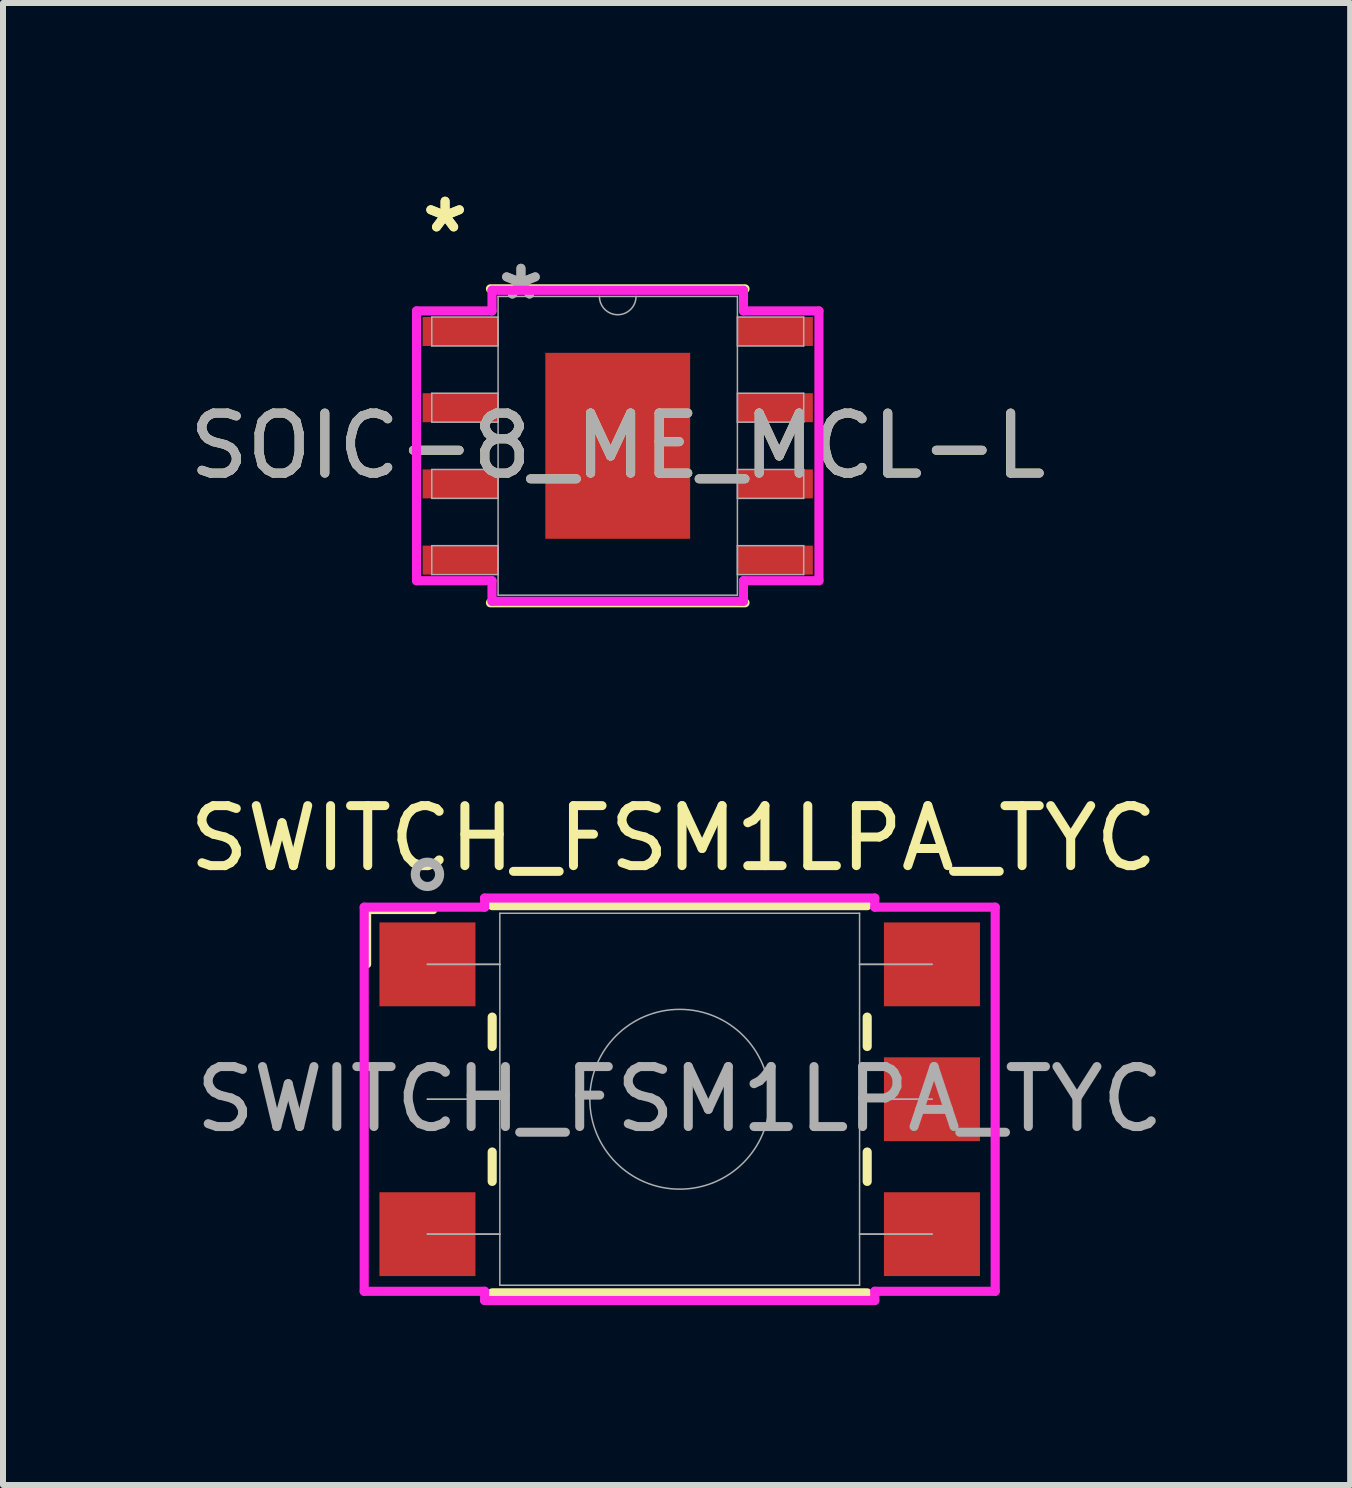
<source format=kicad_pcb>
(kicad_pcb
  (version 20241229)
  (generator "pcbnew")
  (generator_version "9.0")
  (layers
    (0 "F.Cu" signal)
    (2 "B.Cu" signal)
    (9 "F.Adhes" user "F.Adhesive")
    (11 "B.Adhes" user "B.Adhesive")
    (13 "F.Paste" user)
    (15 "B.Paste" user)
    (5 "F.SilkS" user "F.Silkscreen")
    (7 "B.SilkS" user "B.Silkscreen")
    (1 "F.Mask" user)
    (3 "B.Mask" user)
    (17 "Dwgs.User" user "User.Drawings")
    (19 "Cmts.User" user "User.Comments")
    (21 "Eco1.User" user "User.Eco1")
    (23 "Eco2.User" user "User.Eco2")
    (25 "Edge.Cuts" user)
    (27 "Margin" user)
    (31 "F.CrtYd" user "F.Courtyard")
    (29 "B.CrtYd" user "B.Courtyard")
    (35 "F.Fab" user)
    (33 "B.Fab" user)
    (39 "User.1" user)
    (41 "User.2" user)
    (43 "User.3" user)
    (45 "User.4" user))
  (footprint "SWITCH_FSM1LPA_TYC"
    (layer "F.Cu")
    (at 4.073 13.02)
    (property "Reference" "SWITCH_FSM1LPA_TYC" (at 4.1 -2.1 0) (unlocked yes) (layer "F.SilkS") (effects (font (size 1 1) (thickness 0.15))))
    (attr smd)
    (fp_line (start -1 -0.9) (end -1 0) (stroke (width 0.125) (type solid)) (layer "F.SilkS"))
    (fp_line (start 0.1 -0.9) (end -1 -0.9) (stroke (width 0.125) (type solid)) (layer "F.SilkS"))
    (fp_line (start 1.079 0.879) (end 1.079 1.369) (stroke (width 0.152) (type solid)) (layer "F.SilkS"))
    (fp_line (start 1.079 3.127) (end 1.079 3.617) (stroke (width 0.152) (type solid)) (layer "F.SilkS"))
    (fp_line (start 1.079 5.474) (end 7.328 5.474) (stroke (width 0.152) (type solid)) (layer "F.SilkS"))
    (fp_line (start 7.328 -0.978) (end 1.079 -0.978) (stroke (width 0.152) (type solid)) (layer "F.SilkS"))
    (fp_line (start 7.328 1.369) (end 7.328 0.879) (stroke (width 0.152) (type solid)) (layer "F.SilkS"))
    (fp_line (start 7.328 3.617) (end 7.328 3.127) (stroke (width 0.152) (type solid)) (layer "F.SilkS"))
    (fp_line (start -1.054 -0.953) (end 0.953 -0.953) (stroke (width 0.152) (type solid)) (layer "F.CrtYd"))
    (fp_line (start -1.054 5.448) (end -1.054 -0.953) (stroke (width 0.152) (type solid)) (layer "F.CrtYd"))
    (fp_line (start -1.054 5.448) (end 0.953 5.448) (stroke (width 0.152) (type solid)) (layer "F.CrtYd"))
    (fp_line (start 0.953 -1.105) (end 7.455 -1.105) (stroke (width 0.152) (type solid)) (layer "F.CrtYd"))
    (fp_line (start 0.953 -0.953) (end 0.953 -1.105) (stroke (width 0.152) (type solid)) (layer "F.CrtYd"))
    (fp_line (start 0.953 5.601) (end 0.953 5.448) (stroke (width 0.152) (type solid)) (layer "F.CrtYd"))
    (fp_line (start 7.455 -1.105) (end 7.455 -0.953) (stroke (width 0.152) (type solid)) (layer "F.CrtYd"))
    (fp_line (start 7.455 5.448) (end 7.455 5.601) (stroke (width 0.152) (type solid)) (layer "F.CrtYd"))
    (fp_line (start 7.455 5.601) (end 0.953 5.601) (stroke (width 0.152) (type solid)) (layer "F.CrtYd"))
    (fp_line (start 9.461 -0.953) (end 7.455 -0.953) (stroke (width 0.152) (type solid)) (layer "F.CrtYd"))
    (fp_line (start 9.461 -0.953) (end 9.461 5.448) (stroke (width 0.152) (type solid)) (layer "F.CrtYd"))
    (fp_line (start 9.461 5.448) (end 7.455 5.448) (stroke (width 0.152) (type solid)) (layer "F.CrtYd"))
    (fp_line (start 0 0) (end 0 0) (stroke (width 0.025) (type solid)) (layer "F.Fab"))
    (fp_line (start 0 0) (end 1.206 0) (stroke (width 0.025) (type solid)) (layer "F.Fab"))
    (fp_line (start 0 2.248) (end 0 2.248) (stroke (width 0.025) (type solid)) (layer "F.Fab"))
    (fp_line (start 0 2.248) (end 1.206 2.248) (stroke (width 0.025) (type solid)) (layer "F.Fab"))
    (fp_line (start 0 4.496) (end 0 4.496) (stroke (width 0.025) (type solid)) (layer "F.Fab"))
    (fp_line (start 0 4.496) (end 1.206 4.496) (stroke (width 0.025) (type solid)) (layer "F.Fab"))
    (fp_line (start 1.206 -0.851) (end 1.206 5.347) (stroke (width 0.025) (type solid)) (layer "F.Fab"))
    (fp_line (start 1.206 0) (end 0 0) (stroke (width 0.025) (type solid)) (layer "F.Fab"))
    (fp_line (start 1.206 0) (end 1.206 0) (stroke (width 0.025) (type solid)) (layer "F.Fab"))
    (fp_line (start 1.206 2.248) (end 0 2.248) (stroke (width 0.025) (type solid)) (layer "F.Fab"))
    (fp_line (start 1.206 2.248) (end 1.206 2.248) (stroke (width 0.025) (type solid)) (layer "F.Fab"))
    (fp_line (start 1.206 4.496) (end 0 4.496) (stroke (width 0.025) (type solid)) (layer "F.Fab"))
    (fp_line (start 1.206 4.496) (end 1.206 4.496) (stroke (width 0.025) (type solid)) (layer "F.Fab"))
    (fp_line (start 1.206 5.347) (end 7.201 5.347) (stroke (width 0.025) (type solid)) (layer "F.Fab"))
    (fp_line (start 7.201 -0.851) (end 1.206 -0.851) (stroke (width 0.025) (type solid)) (layer "F.Fab"))
    (fp_line (start 7.201 0) (end 7.201 0) (stroke (width 0.025) (type solid)) (layer "F.Fab"))
    (fp_line (start 7.201 0) (end 8.407 0) (stroke (width 0.025) (type solid)) (layer "F.Fab"))
    (fp_line (start 7.201 2.248) (end 7.201 2.248) (stroke (width 0.025) (type solid)) (layer "F.Fab"))
    (fp_line (start 7.201 2.248) (end 8.407 2.248) (stroke (width 0.025) (type solid)) (layer "F.Fab"))
    (fp_line (start 7.201 4.496) (end 7.201 4.496) (stroke (width 0.025) (type solid)) (layer "F.Fab"))
    (fp_line (start 7.201 4.496) (end 8.407 4.496) (stroke (width 0.025) (type solid)) (layer "F.Fab"))
    (fp_line (start 7.201 5.347) (end 7.201 -0.851) (stroke (width 0.025) (type solid)) (layer "F.Fab"))
    (fp_line (start 8.407 0) (end 7.201 0) (stroke (width 0.025) (type solid)) (layer "F.Fab"))
    (fp_line (start 8.407 0) (end 8.407 0) (stroke (width 0.025) (type solid)) (layer "F.Fab"))
    (fp_line (start 8.407 2.248) (end 7.201 2.248) (stroke (width 0.025) (type solid)) (layer "F.Fab"))
    (fp_line (start 8.407 2.248) (end 8.407 2.248) (stroke (width 0.025) (type solid)) (layer "F.Fab"))
    (fp_line (start 8.407 4.496) (end 7.201 4.496) (stroke (width 0.025) (type solid)) (layer "F.Fab"))
    (fp_line (start 8.407 4.496) (end 8.407 4.496) (stroke (width 0.025) (type solid)) (layer "F.Fab"))
    (fp_circle (center 0 -1.5) (end 0.203 -1.5) (stroke (width 0.152) (type solid)) (fill no) (layer "F.Fab"))
    (fp_circle (center 4.204 2.248) (end 5.702 2.248) (stroke (width 0.025) (type solid)) (fill no) (layer "F.Fab"))
    (fp_text user "${REFERENCE}" (at 4.204 2.248 0) (unlocked yes) (layer "F.Fab") (effects (font (size 1 1) (thickness 0.15))))
    (pad "1" smd rect (at 0 0) (size 1.6 1.397) (layers "F.Cu" "F.Mask" "F.Paste"))
    (pad "2" smd rect (at 8.407 0) (size 1.6 1.397) (layers "F.Cu" "F.Mask" "F.Paste"))
    (pad "3" smd rect (at 0 4.496) (size 1.6 1.397) (layers "F.Cu" "F.Mask" "F.Paste"))
    (pad "4" smd rect (at 8.407 4.496) (size 1.6 1.397) (layers "F.Cu" "F.Mask" "F.Paste"))
    (pad "5" smd rect (at 8.407 2.248) (size 1.6 1.397) (layers "F.Cu" "F.Mask" "F.Paste")))
  (footprint "SOIC-8_ME_MCL-L"
    (layer "F.Cu")
    (at 7.244 4.379)
    (property "Reference" "SOIC-8_ME_MCL-L" (at 0 0 0) (unlocked yes) (layer "F.SilkS") (effects (font (size 1 1) (thickness 0.15))))
    (attr smd)
    (fp_line (start -2.121 2.616) (end 2.121 2.616) (stroke (width 0.152) (type solid)) (layer "F.SilkS"))
    (fp_line (start 2.121 -2.616) (end -2.121 -2.616) (stroke (width 0.152) (type solid)) (layer "F.SilkS"))
    (fp_poly (pts (xy -1.107 -1.449) (xy -1.107 -0.1) (xy 1.107 -0.1) (xy 1.107 -1.449)) (stroke (width 0) (type solid)) (fill yes) (layer "F.Paste"))
    (fp_poly (pts (xy -1.107 0.1) (xy -1.107 1.449) (xy 1.107 1.449) (xy 1.107 0.1)) (stroke (width 0) (type solid)) (fill yes) (layer "F.Paste"))
    (fp_line (start -3.353 -2.248) (end -2.095 -2.248) (stroke (width 0.152) (type solid)) (layer "F.CrtYd"))
    (fp_line (start -3.353 2.248) (end -3.353 -2.248) (stroke (width 0.152) (type solid)) (layer "F.CrtYd"))
    (fp_line (start -3.353 2.248) (end -2.095 2.248) (stroke (width 0.152) (type solid)) (layer "F.CrtYd"))
    (fp_line (start -2.095 -2.591) (end 2.095 -2.591) (stroke (width 0.152) (type solid)) (layer "F.CrtYd"))
    (fp_line (start -2.095 -2.248) (end -2.095 -2.591) (stroke (width 0.152) (type solid)) (layer "F.CrtYd"))
    (fp_line (start -2.095 2.591) (end -2.095 2.248) (stroke (width 0.152) (type solid)) (layer "F.CrtYd"))
    (fp_line (start 2.095 -2.591) (end 2.095 -2.248) (stroke (width 0.152) (type solid)) (layer "F.CrtYd"))
    (fp_line (start 2.095 2.248) (end 2.095 2.591) (stroke (width 0.152) (type solid)) (layer "F.CrtYd"))
    (fp_line (start 2.095 2.591) (end -2.095 2.591) (stroke (width 0.152) (type solid)) (layer "F.CrtYd"))
    (fp_line (start 3.353 -2.248) (end 2.095 -2.248) (stroke (width 0.152) (type solid)) (layer "F.CrtYd"))
    (fp_line (start 3.353 -2.248) (end 3.353 2.248) (stroke (width 0.152) (type solid)) (layer "F.CrtYd"))
    (fp_line (start 3.353 2.248) (end 2.095 2.248) (stroke (width 0.152) (type solid)) (layer "F.CrtYd"))
    (fp_line (start -3.099 -2.146) (end -3.099 -1.664) (stroke (width 0.025) (type solid)) (layer "F.Fab"))
    (fp_line (start -3.099 -1.664) (end -1.994 -1.664) (stroke (width 0.025) (type solid)) (layer "F.Fab"))
    (fp_line (start -3.099 -0.876) (end -3.099 -0.394) (stroke (width 0.025) (type solid)) (layer "F.Fab"))
    (fp_line (start -3.099 -0.394) (end -1.994 -0.394) (stroke (width 0.025) (type solid)) (layer "F.Fab"))
    (fp_line (start -3.099 0.394) (end -3.099 0.876) (stroke (width 0.025) (type solid)) (layer "F.Fab"))
    (fp_line (start -3.099 0.876) (end -1.994 0.876) (stroke (width 0.025) (type solid)) (layer "F.Fab"))
    (fp_line (start -3.099 1.664) (end -3.099 2.146) (stroke (width 0.025) (type solid)) (layer "F.Fab"))
    (fp_line (start -3.099 2.146) (end -1.994 2.146) (stroke (width 0.025) (type solid)) (layer "F.Fab"))
    (fp_line (start -1.994 -2.489) (end -1.994 2.489) (stroke (width 0.025) (type solid)) (layer "F.Fab"))
    (fp_line (start -1.994 -2.146) (end -3.099 -2.146) (stroke (width 0.025) (type solid)) (layer "F.Fab"))
    (fp_line (start -1.994 -1.664) (end -1.994 -2.146) (stroke (width 0.025) (type solid)) (layer "F.Fab"))
    (fp_line (start -1.994 -0.876) (end -3.099 -0.876) (stroke (width 0.025) (type solid)) (layer "F.Fab"))
    (fp_line (start -1.994 -0.394) (end -1.994 -0.876) (stroke (width 0.025) (type solid)) (layer "F.Fab"))
    (fp_line (start -1.994 0.394) (end -3.099 0.394) (stroke (width 0.025) (type solid)) (layer "F.Fab"))
    (fp_line (start -1.994 0.876) (end -1.994 0.394) (stroke (width 0.025) (type solid)) (layer "F.Fab"))
    (fp_line (start -1.994 1.664) (end -3.099 1.664) (stroke (width 0.025) (type solid)) (layer "F.Fab"))
    (fp_line (start -1.994 2.146) (end -1.994 1.664) (stroke (width 0.025) (type solid)) (layer "F.Fab"))
    (fp_line (start -1.994 2.489) (end 1.994 2.489) (stroke (width 0.025) (type solid)) (layer "F.Fab"))
    (fp_line (start 1.994 -2.489) (end -1.994 -2.489) (stroke (width 0.025) (type solid)) (layer "F.Fab"))
    (fp_line (start 1.994 -2.146) (end 1.994 -1.664) (stroke (width 0.025) (type solid)) (layer "F.Fab"))
    (fp_line (start 1.994 -1.664) (end 3.099 -1.664) (stroke (width 0.025) (type solid)) (layer "F.Fab"))
    (fp_line (start 1.994 -0.876) (end 1.994 -0.394) (stroke (width 0.025) (type solid)) (layer "F.Fab"))
    (fp_line (start 1.994 -0.394) (end 3.099 -0.394) (stroke (width 0.025) (type solid)) (layer "F.Fab"))
    (fp_line (start 1.994 0.394) (end 1.994 0.876) (stroke (width 0.025) (type solid)) (layer "F.Fab"))
    (fp_line (start 1.994 0.876) (end 3.099 0.876) (stroke (width 0.025) (type solid)) (layer "F.Fab"))
    (fp_line (start 1.994 1.664) (end 1.994 2.146) (stroke (width 0.025) (type solid)) (layer "F.Fab"))
    (fp_line (start 1.994 2.146) (end 3.099 2.146) (stroke (width 0.025) (type solid)) (layer "F.Fab"))
    (fp_line (start 1.994 2.489) (end 1.994 -2.489) (stroke (width 0.025) (type solid)) (layer "F.Fab"))
    (fp_line (start 3.099 -2.146) (end 1.994 -2.146) (stroke (width 0.025) (type solid)) (layer "F.Fab"))
    (fp_line (start 3.099 -1.664) (end 3.099 -2.146) (stroke (width 0.025) (type solid)) (layer "F.Fab"))
    (fp_line (start 3.099 -0.876) (end 1.994 -0.876) (stroke (width 0.025) (type solid)) (layer "F.Fab"))
    (fp_line (start 3.099 -0.394) (end 3.099 -0.876) (stroke (width 0.025) (type solid)) (layer "F.Fab"))
    (fp_line (start 3.099 0.394) (end 1.994 0.394) (stroke (width 0.025) (type solid)) (layer "F.Fab"))
    (fp_line (start 3.099 0.876) (end 3.099 0.394) (stroke (width 0.025) (type solid)) (layer "F.Fab"))
    (fp_line (start 3.099 1.664) (end 1.994 1.664) (stroke (width 0.025) (type solid)) (layer "F.Fab"))
    (fp_line (start 3.099 2.146) (end 3.099 1.664) (stroke (width 0.025) (type solid)) (layer "F.Fab"))
    (fp_arc (start 0.3048 -2.4892) (mid 0 -2.1844) (end -0.3048 -2.4892) (stroke (width 0.0254) (type solid)) (layer "F.Fab"))
    (fp_text user "*" (at -2.877 -3.531 0) (layer "F.SilkS") (effects (font (size 1 1) (thickness 0.15))))
    (fp_text user "*" (at -2.877 -3.531 0) (unlocked yes) (layer "F.SilkS") (effects (font (size 1 1) (thickness 0.15))))
    (fp_text user "*" (at -1.613 -2.413 0) (unlocked yes) (layer "F.Fab") (effects (font (size 1 1) (thickness 0.15))))
    (fp_text user "${REFERENCE}" (at 0 0 0) (unlocked yes) (layer "F.Fab") (effects (font (size 1 1) (thickness 0.15))))
    (fp_text user "*" (at -1.613 -2.413 0) (layer "F.Fab") (effects (font (size 1 1) (thickness 0.15))))
    (pad "1" smd rect (at -2.623 -1.905) (size 1.257 0.483) (layers "F.Cu" "F.Mask" "F.Paste"))
    (pad "2" smd rect (at -2.623 -0.635) (size 1.257 0.483) (layers "F.Cu" "F.Mask" "F.Paste"))
    (pad "3" smd rect (at -2.623 0.635) (size 1.257 0.483) (layers "F.Cu" "F.Mask" "F.Paste"))
    (pad "4" smd rect (at -2.623 1.905) (size 1.257 0.483) (layers "F.Cu" "F.Mask" "F.Paste"))
    (pad "5" smd rect (at 2.623 1.905) (size 1.257 0.483) (layers "F.Cu" "F.Mask" "F.Paste"))
    (pad "6" smd rect (at 2.623 0.635) (size 1.257 0.483) (layers "F.Cu" "F.Mask" "F.Paste"))
    (pad "7" smd rect (at 2.623 -0.635) (size 1.257 0.483) (layers "F.Cu" "F.Mask" "F.Paste"))
    (pad "8" smd rect (at 2.623 -1.905) (size 1.257 0.483) (layers "F.Cu" "F.Mask" "F.Paste"))
    (pad "EPAD" smd rect (at 0 0) (size 2.413 3.099) (layers "F.Cu" "F.Mask")))
  (gr_rect
    (start -3 -3)
    (end 19.449 21.696)
    (stroke (width 0.1) (type default))
    (fill no)
    (layer "Edge.Cuts")))
</source>
